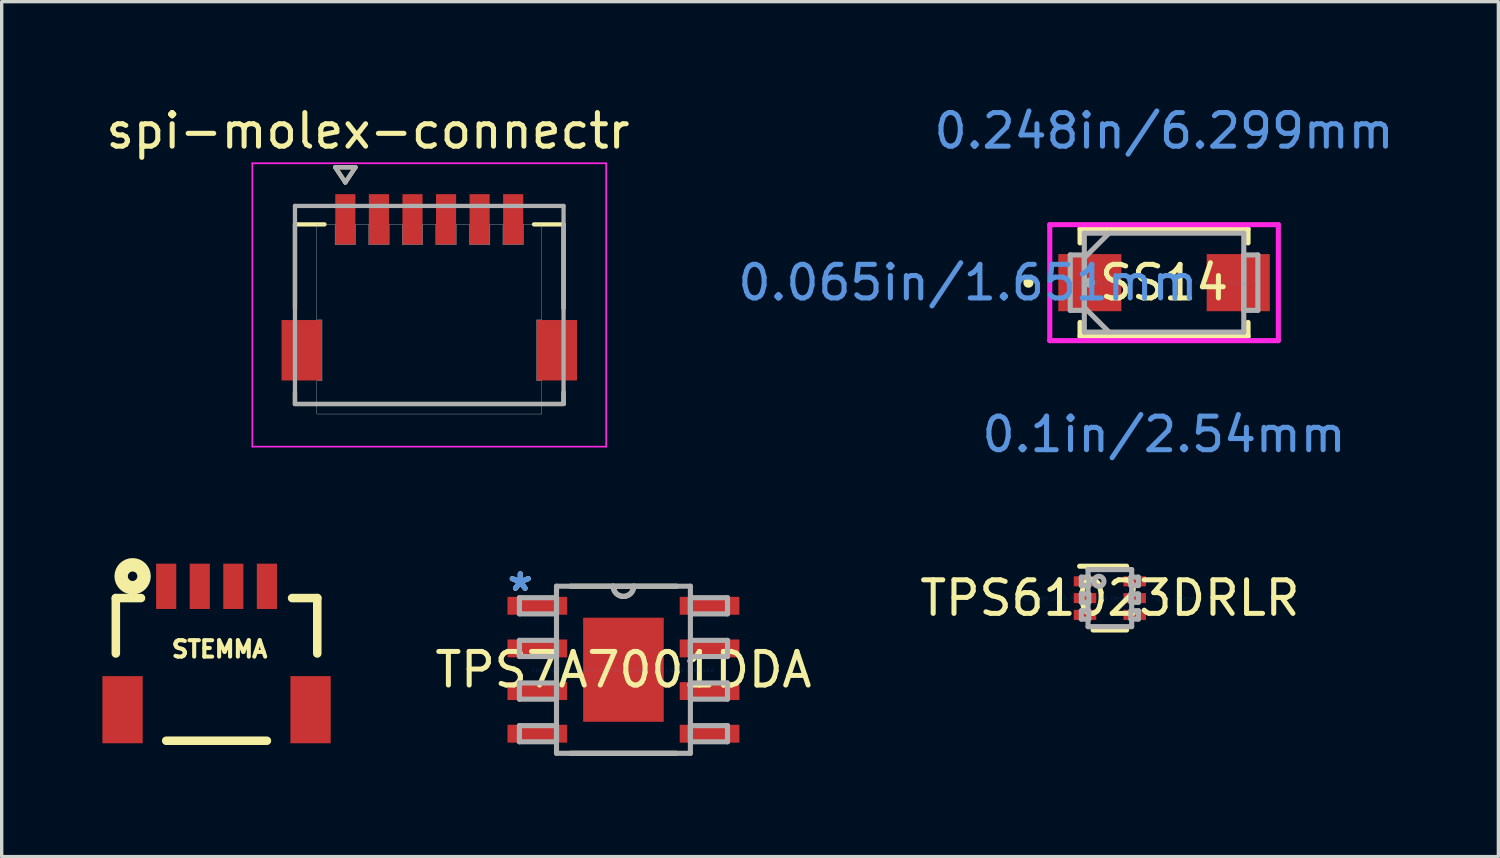
<source format=kicad_pcb>
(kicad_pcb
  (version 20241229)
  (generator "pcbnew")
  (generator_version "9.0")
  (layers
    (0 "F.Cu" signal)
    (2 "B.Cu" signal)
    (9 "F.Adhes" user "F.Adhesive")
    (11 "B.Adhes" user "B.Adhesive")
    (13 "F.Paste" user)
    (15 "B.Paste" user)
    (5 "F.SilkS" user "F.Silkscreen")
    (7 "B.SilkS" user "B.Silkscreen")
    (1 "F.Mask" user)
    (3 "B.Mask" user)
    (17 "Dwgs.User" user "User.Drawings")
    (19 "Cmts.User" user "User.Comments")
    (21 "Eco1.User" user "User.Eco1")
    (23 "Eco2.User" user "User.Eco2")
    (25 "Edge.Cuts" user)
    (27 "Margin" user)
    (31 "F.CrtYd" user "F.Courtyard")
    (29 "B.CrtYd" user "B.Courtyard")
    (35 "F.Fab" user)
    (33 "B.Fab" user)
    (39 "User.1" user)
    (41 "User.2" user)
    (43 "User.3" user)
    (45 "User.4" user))
  (footprint "TPS7A7001DDA"
    (layer "F.Cu")
    (at 15.52 16.899)
    (property "Reference" "TPS7A7001DDA" (at 0 0 0) (layer "F.SilkS") (effects (font (size 1 1) (thickness 0.15))))
    (attr through_hole)
    (fp_line (start -1.577 -2.489) (end 1.577 -2.489) (stroke (width 0.152) (type solid)) (layer "F.SilkS"))
    (fp_line (start -1.577 2.489) (end 1.577 2.489) (stroke (width 0.152) (type solid)) (layer "F.SilkS"))
    (fp_arc (start 0.3048 -2.4892) (mid 0 -2.1844) (end -0.3048 -2.4892) (stroke (width 0.1524) (type solid)) (layer "F.SilkS"))
    (fp_line (start -3.099 -2.146) (end -1.994 -2.146) (stroke (width 0.152) (type solid)) (layer "F.Fab"))
    (fp_line (start -3.099 -1.664) (end -3.099 -2.146) (stroke (width 0.152) (type solid)) (layer "F.Fab"))
    (fp_line (start -3.099 -1.664) (end -1.994 -1.664) (stroke (width 0.152) (type solid)) (layer "F.Fab"))
    (fp_line (start -3.099 -0.876) (end -1.994 -0.876) (stroke (width 0.152) (type solid)) (layer "F.Fab"))
    (fp_line (start -3.099 -0.394) (end -3.099 -0.876) (stroke (width 0.152) (type solid)) (layer "F.Fab"))
    (fp_line (start -3.099 -0.394) (end -1.994 -0.394) (stroke (width 0.152) (type solid)) (layer "F.Fab"))
    (fp_line (start -3.099 0.394) (end -1.994 0.394) (stroke (width 0.152) (type solid)) (layer "F.Fab"))
    (fp_line (start -3.099 0.876) (end -3.099 0.394) (stroke (width 0.152) (type solid)) (layer "F.Fab"))
    (fp_line (start -3.099 0.876) (end -1.994 0.876) (stroke (width 0.152) (type solid)) (layer "F.Fab"))
    (fp_line (start -3.099 1.664) (end -1.994 1.664) (stroke (width 0.152) (type solid)) (layer "F.Fab"))
    (fp_line (start -3.099 2.146) (end -3.099 1.664) (stroke (width 0.152) (type solid)) (layer "F.Fab"))
    (fp_line (start -3.099 2.146) (end -1.994 2.146) (stroke (width 0.152) (type solid)) (layer "F.Fab"))
    (fp_line (start -1.994 -2.489) (end 1.994 -2.489) (stroke (width 0.152) (type solid)) (layer "F.Fab"))
    (fp_line (start -1.994 -1.664) (end -1.994 -2.146) (stroke (width 0.152) (type solid)) (layer "F.Fab"))
    (fp_line (start -1.994 -0.394) (end -1.994 -0.876) (stroke (width 0.152) (type solid)) (layer "F.Fab"))
    (fp_line (start -1.994 0.876) (end -1.994 0.394) (stroke (width 0.152) (type solid)) (layer "F.Fab"))
    (fp_line (start -1.994 2.146) (end -1.994 1.664) (stroke (width 0.152) (type solid)) (layer "F.Fab"))
    (fp_line (start -1.994 2.489) (end -1.994 -2.489) (stroke (width 0.152) (type solid)) (layer "F.Fab"))
    (fp_line (start -1.994 2.489) (end 1.994 2.489) (stroke (width 0.152) (type solid)) (layer "F.Fab"))
    (fp_line (start 1.994 -2.146) (end 3.099 -2.146) (stroke (width 0.152) (type solid)) (layer "F.Fab"))
    (fp_line (start 1.994 -1.664) (end 1.994 -2.146) (stroke (width 0.152) (type solid)) (layer "F.Fab"))
    (fp_line (start 1.994 -1.664) (end 3.099 -1.664) (stroke (width 0.152) (type solid)) (layer "F.Fab"))
    (fp_line (start 1.994 -0.876) (end 3.099 -0.876) (stroke (width 0.152) (type solid)) (layer "F.Fab"))
    (fp_line (start 1.994 -0.394) (end 1.994 -0.876) (stroke (width 0.152) (type solid)) (layer "F.Fab"))
    (fp_line (start 1.994 -0.394) (end 3.099 -0.394) (stroke (width 0.152) (type solid)) (layer "F.Fab"))
    (fp_line (start 1.994 0.394) (end 3.099 0.394) (stroke (width 0.152) (type solid)) (layer "F.Fab"))
    (fp_line (start 1.994 0.876) (end 1.994 0.394) (stroke (width 0.152) (type solid)) (layer "F.Fab"))
    (fp_line (start 1.994 0.876) (end 3.099 0.876) (stroke (width 0.152) (type solid)) (layer "F.Fab"))
    (fp_line (start 1.994 1.664) (end 3.099 1.664) (stroke (width 0.152) (type solid)) (layer "F.Fab"))
    (fp_line (start 1.994 2.146) (end 1.994 1.664) (stroke (width 0.152) (type solid)) (layer "F.Fab"))
    (fp_line (start 1.994 2.146) (end 3.099 2.146) (stroke (width 0.152) (type solid)) (layer "F.Fab"))
    (fp_line (start 1.994 2.489) (end 1.994 -2.489) (stroke (width 0.152) (type solid)) (layer "F.Fab"))
    (fp_line (start 3.099 -1.664) (end 3.099 -2.146) (stroke (width 0.152) (type solid)) (layer "F.Fab"))
    (fp_line (start 3.099 -0.394) (end 3.099 -0.876) (stroke (width 0.152) (type solid)) (layer "F.Fab"))
    (fp_line (start 3.099 0.876) (end 3.099 0.394) (stroke (width 0.152) (type solid)) (layer "F.Fab"))
    (fp_line (start 3.099 2.146) (end 3.099 1.664) (stroke (width 0.152) (type solid)) (layer "F.Fab"))
    (fp_arc (start 0.3048 -2.4892) (mid 0 -2.1844) (end -0.3048 -2.4892) (stroke (width 0.1524) (type solid)) (layer "F.Fab"))
    (fp_text user "*" (at -3.073 -2.311 0) (layer "F.SilkS") (effects (font (size 1 1) (thickness 0.15))))
    (fp_text user "*" (at -3.073 -2.311 0) (layer "Cmts.User") (effects (font (size 1 1) (thickness 0.15))))
    (fp_text user "Copyright 2016 Accelerated Designs. All rights reserved." (at 0 0 0) (layer "Cmts.User") (effects (font (size 0.127 0.127) (thickness 0.002))))
    (fp_text user "*" (at -3.073 -2.311 0) (layer "F.Fab") (effects (font (size 1 1) (thickness 0.15))))
    (pad "1" smd rect (at -2.565 -1.905) (size 1.778 0.533) (layers "F.Cu" "F.Mask" "F.Paste"))
    (pad "2" smd rect (at -2.565 -0.635) (size 1.778 0.533) (layers "F.Cu" "F.Mask" "F.Paste"))
    (pad "3" smd rect (at -2.565 0.635) (size 1.778 0.533) (layers "F.Cu" "F.Mask" "F.Paste"))
    (pad "4" smd rect (at -2.565 1.905) (size 1.778 0.533) (layers "F.Cu" "F.Mask" "F.Paste"))
    (pad "5" smd rect (at 2.565 1.905) (size 1.778 0.533) (layers "F.Cu" "F.Mask" "F.Paste"))
    (pad "6" smd rect (at 2.565 0.635) (size 1.778 0.533) (layers "F.Cu" "F.Mask" "F.Paste"))
    (pad "7" smd rect (at 2.565 -0.635) (size 1.778 0.533) (layers "F.Cu" "F.Mask" "F.Paste"))
    (pad "8" smd rect (at 2.565 -1.905) (size 1.778 0.533) (layers "F.Cu" "F.Mask" "F.Paste"))
    (pad "9" smd rect (at 0 0) (size 2.4 3.1) (layers "F.Cu" "F.Mask" "F.Paste")))
  (footprint "TPS61023DRLR"
    (layer "F.Cu")
    (at 30.008 14.765)
    (property "Reference" "TPS61023DRLR" (at 0 0 0) (layer "F.SilkS") (effects (font (size 1 1) (thickness 0.15))))
    (attr through_hole)
    (fp_line (start -0.9 -0.95) (end 0.5 -0.95) (stroke (width 0.152) (type solid)) (layer "F.SilkS"))
    (fp_line (start -0.5 0.95) (end 0.5 0.95) (stroke (width 0.152) (type solid)) (layer "F.SilkS"))
    (fp_line (start -0.85 -0.625) (end -0.627 -0.625) (stroke (width 0.152) (type solid)) (layer "F.Fab"))
    (fp_line (start -0.85 -0.375) (end -0.85 -0.625) (stroke (width 0.152) (type solid)) (layer "F.Fab"))
    (fp_line (start -0.85 -0.375) (end -0.627 -0.375) (stroke (width 0.152) (type solid)) (layer "F.Fab"))
    (fp_line (start -0.85 -0.125) (end -0.627 -0.125) (stroke (width 0.152) (type solid)) (layer "F.Fab"))
    (fp_line (start -0.85 0.125) (end -0.85 -0.125) (stroke (width 0.152) (type solid)) (layer "F.Fab"))
    (fp_line (start -0.85 0.125) (end -0.627 0.125) (stroke (width 0.152) (type solid)) (layer "F.Fab"))
    (fp_line (start -0.85 0.375) (end -0.627 0.375) (stroke (width 0.152) (type solid)) (layer "F.Fab"))
    (fp_line (start -0.85 0.625) (end -0.85 0.375) (stroke (width 0.152) (type solid)) (layer "F.Fab"))
    (fp_line (start -0.85 0.625) (end -0.627 0.625) (stroke (width 0.152) (type solid)) (layer "F.Fab"))
    (fp_line (start -0.65 -0.85) (end 0.65 -0.85) (stroke (width 0.152) (type solid)) (layer "F.Fab"))
    (fp_line (start -0.65 -0.625) (end -0.65 -0.85) (stroke (width 0.152) (type solid)) (layer "F.Fab"))
    (fp_line (start -0.65 -0.125) (end -0.65 -0.375) (stroke (width 0.152) (type solid)) (layer "F.Fab"))
    (fp_line (start -0.65 0.375) (end -0.65 0.125) (stroke (width 0.152) (type solid)) (layer "F.Fab"))
    (fp_line (start -0.65 0.85) (end -0.65 0.625) (stroke (width 0.152) (type solid)) (layer "F.Fab"))
    (fp_line (start -0.65 0.85) (end 0.65 0.85) (stroke (width 0.152) (type solid)) (layer "F.Fab"))
    (fp_line (start -0.627 -0.375) (end -0.627 -0.625) (stroke (width 0.152) (type solid)) (layer "F.Fab"))
    (fp_line (start -0.627 0.125) (end -0.627 -0.125) (stroke (width 0.152) (type solid)) (layer "F.Fab"))
    (fp_line (start -0.627 0.625) (end -0.627 0.375) (stroke (width 0.152) (type solid)) (layer "F.Fab"))
    (fp_line (start 0.627 -0.625) (end 0.85 -0.625) (stroke (width 0.152) (type solid)) (layer "F.Fab"))
    (fp_line (start 0.627 -0.375) (end 0.627 -0.625) (stroke (width 0.152) (type solid)) (layer "F.Fab"))
    (fp_line (start 0.627 -0.375) (end 0.85 -0.375) (stroke (width 0.152) (type solid)) (layer "F.Fab"))
    (fp_line (start 0.627 -0.125) (end 0.85 -0.125) (stroke (width 0.152) (type solid)) (layer "F.Fab"))
    (fp_line (start 0.627 0.125) (end 0.627 -0.125) (stroke (width 0.152) (type solid)) (layer "F.Fab"))
    (fp_line (start 0.627 0.125) (end 0.85 0.125) (stroke (width 0.152) (type solid)) (layer "F.Fab"))
    (fp_line (start 0.627 0.375) (end 0.85 0.375) (stroke (width 0.152) (type solid)) (layer "F.Fab"))
    (fp_line (start 0.627 0.625) (end 0.627 0.375) (stroke (width 0.152) (type solid)) (layer "F.Fab"))
    (fp_line (start 0.627 0.625) (end 0.85 0.625) (stroke (width 0.152) (type solid)) (layer "F.Fab"))
    (fp_line (start 0.65 -0.625) (end 0.65 -0.85) (stroke (width 0.152) (type solid)) (layer "F.Fab"))
    (fp_line (start 0.65 0.375) (end 0.65 -0.375) (stroke (width 0.152) (type solid)) (layer "F.Fab"))
    (fp_line (start 0.65 0.85) (end 0.65 0.625) (stroke (width 0.152) (type solid)) (layer "F.Fab"))
    (fp_line (start 0.85 -0.375) (end 0.85 -0.625) (stroke (width 0.152) (type solid)) (layer "F.Fab"))
    (fp_line (start 0.85 0.625) (end 0.85 0.375) (stroke (width 0.152) (type solid)) (layer "F.Fab"))
    (fp_line (start 0.85 0.125) (end 0.85 -0.125) (stroke (width 0.152) (type solid)) (layer "F.Fab"))
    (fp_circle (center -0.325 -0.5) (end -0.175 -0.5) (stroke (width 0.152) (type solid)) (fill no) (layer "F.Fab"))
    (fp_text user "Copyright 2016 Accelerated Designs. All rights reserved." (at 0 0 0) (layer "Cmts.User") (effects (font (size 0.127 0.127) (thickness 0.002))))
    (pad "1" smd rect (at -0.74 -0.5 90) (size 0.3 0.67) (layers "F.Cu" "F.Mask" "F.Paste"))
    (pad "2" smd rect (at -0.74 -0.000003 90) (size 0.3 0.67) (layers "F.Cu" "F.Mask" "F.Paste"))
    (pad "3" smd rect (at -0.74 0.5 90) (size 0.3 0.67) (layers "F.Cu" "F.Mask" "F.Paste"))
    (pad "4" smd rect (at 0.74 0.5 90) (size 0.3 0.67) (layers "F.Cu" "F.Mask" "F.Paste"))
    (pad "5" smd rect (at 0.74 -0.000003 90) (size 0.3 0.67) (layers "F.Cu" "F.Mask" "F.Paste"))
    (pad "6" smd rect (at 0.74 -0.5 90) (size 0.3 0.67) (layers "F.Cu" "F.Mask" "F.Paste")))
  (footprint "spi-molex-connectr"
    (layer "F.Cu")
    (at 9.736 6.033)
    (property "Reference" "spi-molex-connectr" (at -1.825 -5.185 0) (layer "F.SilkS") (effects (font (size 1 1) (thickness 0.15))))
    (attr smd)
    (fp_poly (pts (xy -4.476 0.374) (xy -3.124 0.374) (xy -3.124 2.326) (xy -4.476 2.326)) (stroke (width 0.01) (type solid)) (fill yes) (layer "F.Mask"))
    (fp_poly (pts (xy -2.876 -3.376) (xy -2.124 -3.376) (xy -2.124 -1.724) (xy -2.876 -1.724)) (stroke (width 0.01) (type solid)) (fill yes) (layer "F.Mask"))
    (fp_poly (pts (xy -1.876 -3.376) (xy -1.124 -3.376) (xy -1.124 -1.724) (xy -1.876 -1.724)) (stroke (width 0.01) (type solid)) (fill yes) (layer "F.Mask"))
    (fp_poly (pts (xy -0.876 -3.376) (xy -0.124 -3.376) (xy -0.124 -1.724) (xy -0.876 -1.724)) (stroke (width 0.01) (type solid)) (fill yes) (layer "F.Mask"))
    (fp_poly (pts (xy 0.124 -3.376) (xy 0.876 -3.376) (xy 0.876 -1.724) (xy 0.124 -1.724)) (stroke (width 0.01) (type solid)) (fill yes) (layer "F.Mask"))
    (fp_poly (pts (xy 1.124 -3.376) (xy 1.876 -3.376) (xy 1.876 -1.724) (xy 1.124 -1.724)) (stroke (width 0.01) (type solid)) (fill yes) (layer "F.Mask"))
    (fp_poly (pts (xy 2.124 -3.376) (xy 2.876 -3.376) (xy 2.876 -1.724) (xy 2.124 -1.724)) (stroke (width 0.01) (type solid)) (fill yes) (layer "F.Mask"))
    (fp_poly (pts (xy 3.124 0.374) (xy 4.476 0.374) (xy 4.476 2.326) (xy 3.124 2.326)) (stroke (width 0.01) (type solid)) (fill yes) (layer "F.Mask"))
    (fp_line (start -4 -2.4) (end -3.12 -2.4) (stroke (width 0.127) (type solid)) (layer "F.SilkS"))
    (fp_line (start -4 0.1) (end -4 -2.4) (stroke (width 0.127) (type solid)) (layer "F.SilkS"))
    (fp_line (start -4 2.6) (end -4 2.95) (stroke (width 0.127) (type solid)) (layer "F.SilkS"))
    (fp_line (start -4 2.95) (end 4 2.95) (stroke (width 0.127) (type solid)) (layer "F.SilkS"))
    (fp_line (start -2.8 -4.1) (end -2.2 -4.1) (stroke (width 0.127) (type solid)) (layer "F.SilkS"))
    (fp_line (start -2.5 -3.65) (end -2.8 -4.1) (stroke (width 0.127) (type solid)) (layer "F.SilkS"))
    (fp_line (start -2.2 -4.1) (end -2.5 -3.65) (stroke (width 0.127) (type solid)) (layer "F.SilkS"))
    (fp_line (start 3.12 -2.4) (end 4 -2.4) (stroke (width 0.127) (type solid)) (layer "F.SilkS"))
    (fp_line (start 4 -2.4) (end 4 0.1) (stroke (width 0.127) (type solid)) (layer "F.SilkS"))
    (fp_line (start 4 2.95) (end 4 2.6) (stroke (width 0.127) (type solid)) (layer "F.SilkS"))
    (fp_poly (pts (xy 3.35 0.445) (xy 3.35 -2.4) (xy 2.805 -2.4) (xy 2.805 -1.795) (xy 2.195 -1.795) (xy 2.195 -2.4) (xy 1.805 -2.4) (xy 1.805 -1.795) (xy 1.195 -1.795) (xy 1.195 -2.4) (xy 0.805 -2.4) (xy 0.805 -1.795) (xy 0.195 -1.795) (xy 0.195 -2.4) (xy -0.195 -2.4) (xy -0.195 -1.795) (xy -0.805 -1.795) (xy -0.805 -2.4) (xy -1.195 -2.4) (xy -1.195 -1.795) (xy -1.805 -1.795) (xy -1.805 -2.4) (xy -2.195 -2.4) (xy -2.195 -1.795) (xy -2.805 -1.795) (xy -2.805 -2.4) (xy -3.35 -2.4) (xy -3.35 0.445) (xy -3.195 0.445) (xy -3.195 2.255) (xy -3.35 2.255) (xy -3.35 3.25) (xy 3.35 3.25) (xy 3.35 2.255) (xy 3.195 2.255) (xy 3.195 0.445)) (stroke (width 0.01) (type solid)) (fill no) (layer "Dwgs.User"))
    (fp_line (start -5.27 -4.22) (end 5.27 -4.22) (stroke (width 0.05) (type solid)) (layer "F.CrtYd"))
    (fp_line (start -5.27 4.22) (end -5.27 -4.22) (stroke (width 0.05) (type solid)) (layer "F.CrtYd"))
    (fp_line (start -5.27 4.22) (end 5.27 4.22) (stroke (width 0.05) (type solid)) (layer "F.CrtYd"))
    (fp_line (start 5.27 -4.22) (end 5.27 4.22) (stroke (width 0.05) (type solid)) (layer "F.CrtYd"))
    (fp_line (start -4 -2.95) (end 4 -2.95) (stroke (width 0.127) (type solid)) (layer "F.Fab"))
    (fp_line (start -4 2.95) (end -4 -2.95) (stroke (width 0.127) (type solid)) (layer "F.Fab"))
    (fp_line (start -2.8 -4.1) (end -2.2 -4.1) (stroke (width 0.127) (type solid)) (layer "F.Fab"))
    (fp_line (start -2.5 -3.65) (end -2.8 -4.1) (stroke (width 0.127) (type solid)) (layer "F.Fab"))
    (fp_line (start -2.2 -4.1) (end -2.5 -3.65) (stroke (width 0.127) (type solid)) (layer "F.Fab"))
    (fp_line (start 4 -2.95) (end 4 2.95) (stroke (width 0.127) (type solid)) (layer "F.Fab"))
    (fp_line (start 4 2.95) (end -4 2.95) (stroke (width 0.127) (type solid)) (layer "F.Fab"))
    (pad "1" smd rect (at -2.5 -2.55) (size 0.6 1.5) (layers "F.Cu" "F.Paste"))
    (pad "2" smd rect (at -1.5 -2.55) (size 0.6 1.5) (layers "F.Cu" "F.Paste"))
    (pad "3" smd rect (at -0.5 -2.55) (size 0.6 1.5) (layers "F.Cu" "F.Paste"))
    (pad "4" smd rect (at 0.5 -2.55) (size 0.6 1.5) (layers "F.Cu" "F.Paste"))
    (pad "5" smd rect (at 1.5 -2.55) (size 0.6 1.5) (layers "F.Cu" "F.Paste"))
    (pad "6" smd rect (at 2.5 -2.55) (size 0.6 1.5) (layers "F.Cu" "F.Paste"))
    (pad "S1" smd rect (at 3.8 1.35) (size 1.2 1.8) (layers "F.Cu" "F.Paste"))
    (pad "S2" smd rect (at -3.8 1.35) (size 1.2 1.8) (layers "F.Cu" "F.Paste")))
  (footprint "STEMMA"
    (layer "F.Cu")
    (at 3.4 14.414)
    (property "Reference" "STEMMA" (at -1.397 2.159 0) (layer "F.SilkS") (effects (font (size 0.488 0.488) (thickness 0.122)) (justify left bottom)))
    (fp_line (start -3 0.35) (end -2.25 0.35) (stroke (width 0.254) (type solid)) (layer "F.SilkS"))
    (fp_line (start -3 2) (end -3 0.35) (stroke (width 0.254) (type solid)) (layer "F.SilkS"))
    (fp_line (start -1.5 4.6) (end 1.5 4.6) (stroke (width 0.254) (type solid)) (layer "F.SilkS"))
    (fp_line (start 2.25 0.35) (end 3 0.35) (stroke (width 0.254) (type solid)) (layer "F.SilkS"))
    (fp_line (start 3 0.35) (end 3 2) (stroke (width 0.254) (type solid)) (layer "F.SilkS"))
    (fp_circle (center -2.5 -0.3) (end -2.359 -0.3) (stroke (width 0.4) (type solid)) (fill no) (layer "F.SilkS"))
    (pad "1" smd rect (at -1.5 0) (size 0.6 1.35) (layers "F.Cu" "F.Mask" "F.Paste"))
    (pad "2" smd rect (at -0.5 0) (size 0.6 1.35) (layers "F.Cu" "F.Mask" "F.Paste"))
    (pad "3" smd rect (at 0.5 0) (size 0.6 1.35) (layers "F.Cu" "F.Mask" "F.Paste"))
    (pad "4" smd rect (at 1.5 0) (size 0.6 1.35) (layers "F.Cu" "F.Mask" "F.Paste"))
    (pad "NC1" smd rect (at 2.8 3.675) (size 1.2 2) (layers "F.Cu" "F.Mask" "F.Paste"))
    (pad "NC2" smd rect (at -2.8 3.675) (size 1.2 2) (layers "F.Cu" "F.Mask" "F.Paste")))
  (footprint "SS14"
    (layer "F.Cu")
    (at 31.622 5.369)
    (property "Reference" "SS14" (at 0 0 0) (layer "F.SilkS") (effects (font (size 1 1) (thickness 0.15))))
    (attr through_hole)
    (fp_line (start -2.502 -1.6) (end -2.502 -1.184) (stroke (width 0.152) (type solid)) (layer "F.SilkS"))
    (fp_line (start -2.502 1.184) (end -2.502 1.6) (stroke (width 0.152) (type solid)) (layer "F.SilkS"))
    (fp_line (start -2.502 1.6) (end 2.502 1.6) (stroke (width 0.152) (type solid)) (layer "F.SilkS"))
    (fp_line (start 2.502 -1.6) (end -2.502 -1.6) (stroke (width 0.152) (type solid)) (layer "F.SilkS"))
    (fp_line (start 2.502 -1.184) (end 2.502 -1.6) (stroke (width 0.152) (type solid)) (layer "F.SilkS"))
    (fp_line (start 2.502 1.6) (end 2.502 1.184) (stroke (width 0.152) (type solid)) (layer "F.SilkS"))
    (fp_circle (center -4.039 0) (end -3.962 0) (stroke (width 0.152) (type solid)) (fill no) (layer "F.SilkS"))
    (fp_line (start -3.404 -1.727) (end 3.404 -1.727) (stroke (width 0.152) (type solid)) (layer "F.CrtYd"))
    (fp_line (start -3.404 1.727) (end -3.404 -1.727) (stroke (width 0.152) (type solid)) (layer "F.CrtYd"))
    (fp_line (start 3.404 -1.727) (end 3.404 1.727) (stroke (width 0.152) (type solid)) (layer "F.CrtYd"))
    (fp_line (start 3.404 1.727) (end -3.404 1.727) (stroke (width 0.152) (type solid)) (layer "F.CrtYd"))
    (fp_line (start -2.794 -0.826) (end -2.794 0.826) (stroke (width 0.152) (type solid)) (layer "F.Fab"))
    (fp_line (start -2.794 0.826) (end -2.375 0.826) (stroke (width 0.152) (type solid)) (layer "F.Fab"))
    (fp_line (start -2.375 -1.473) (end -2.375 1.473) (stroke (width 0.152) (type solid)) (layer "F.Fab"))
    (fp_line (start -2.375 -0.826) (end -2.794 -0.826) (stroke (width 0.152) (type solid)) (layer "F.Fab"))
    (fp_line (start -2.375 -0.737) (end -1.638 -1.473) (stroke (width 0.152) (type solid)) (layer "F.Fab"))
    (fp_line (start -2.375 0.737) (end -1.638 1.473) (stroke (width 0.152) (type solid)) (layer "F.Fab"))
    (fp_line (start -2.375 0.826) (end -2.375 -0.826) (stroke (width 0.152) (type solid)) (layer "F.Fab"))
    (fp_line (start -2.375 1.473) (end 2.375 1.473) (stroke (width 0.152) (type solid)) (layer "F.Fab"))
    (fp_line (start 2.375 -1.473) (end -2.375 -1.473) (stroke (width 0.152) (type solid)) (layer "F.Fab"))
    (fp_line (start 2.375 -0.826) (end 2.375 0.826) (stroke (width 0.152) (type solid)) (layer "F.Fab"))
    (fp_line (start 2.375 0.826) (end 2.794 0.826) (stroke (width 0.152) (type solid)) (layer "F.Fab"))
    (fp_line (start 2.375 1.473) (end 2.375 -1.473) (stroke (width 0.152) (type solid)) (layer "F.Fab"))
    (fp_line (start 2.794 -0.826) (end 2.375 -0.826) (stroke (width 0.152) (type solid)) (layer "F.Fab"))
    (fp_line (start 2.794 0.826) (end 2.794 -0.826) (stroke (width 0.152) (type solid)) (layer "F.Fab"))
    (fp_circle (center -2.21 0) (end -2.134 0) (stroke (width 0.152) (type solid)) (fill no) (layer "F.Fab"))
    (fp_text user "0.065in/1.651mm" (at -5.842 0 0) (layer "Cmts.User") (effects (font (size 1 1) (thickness 0.15))))
    (fp_text user "0.248in/6.299mm" (at 0 -4.521 0) (layer "Cmts.User") (effects (font (size 1 1) (thickness 0.15))))
    (fp_text user "0.1in/2.54mm" (at 0 4.521 0) (layer "Cmts.User") (effects (font (size 1 1) (thickness 0.15))))
    (fp_text user "Copyright 2016 Accelerated Designs. All rights reserved." (at 0 0 0) (layer "Cmts.User") (effects (font (size 0.127 0.127) (thickness 0.002))))
    (pad "1" smd rect (at -2.21 0) (size 1.88 1.702) (layers "F.Cu" "F.Mask" "F.Paste"))
    (pad "2" smd rect (at 2.21 0) (size 1.88 1.702) (layers "F.Cu" "F.Mask" "F.Paste")))
  (gr_rect
    (start -3 -3)
    (end 41.58 22.464)
    (stroke (width 0.1) (type default))
    (fill no)
    (layer "Edge.Cuts")))
</source>
